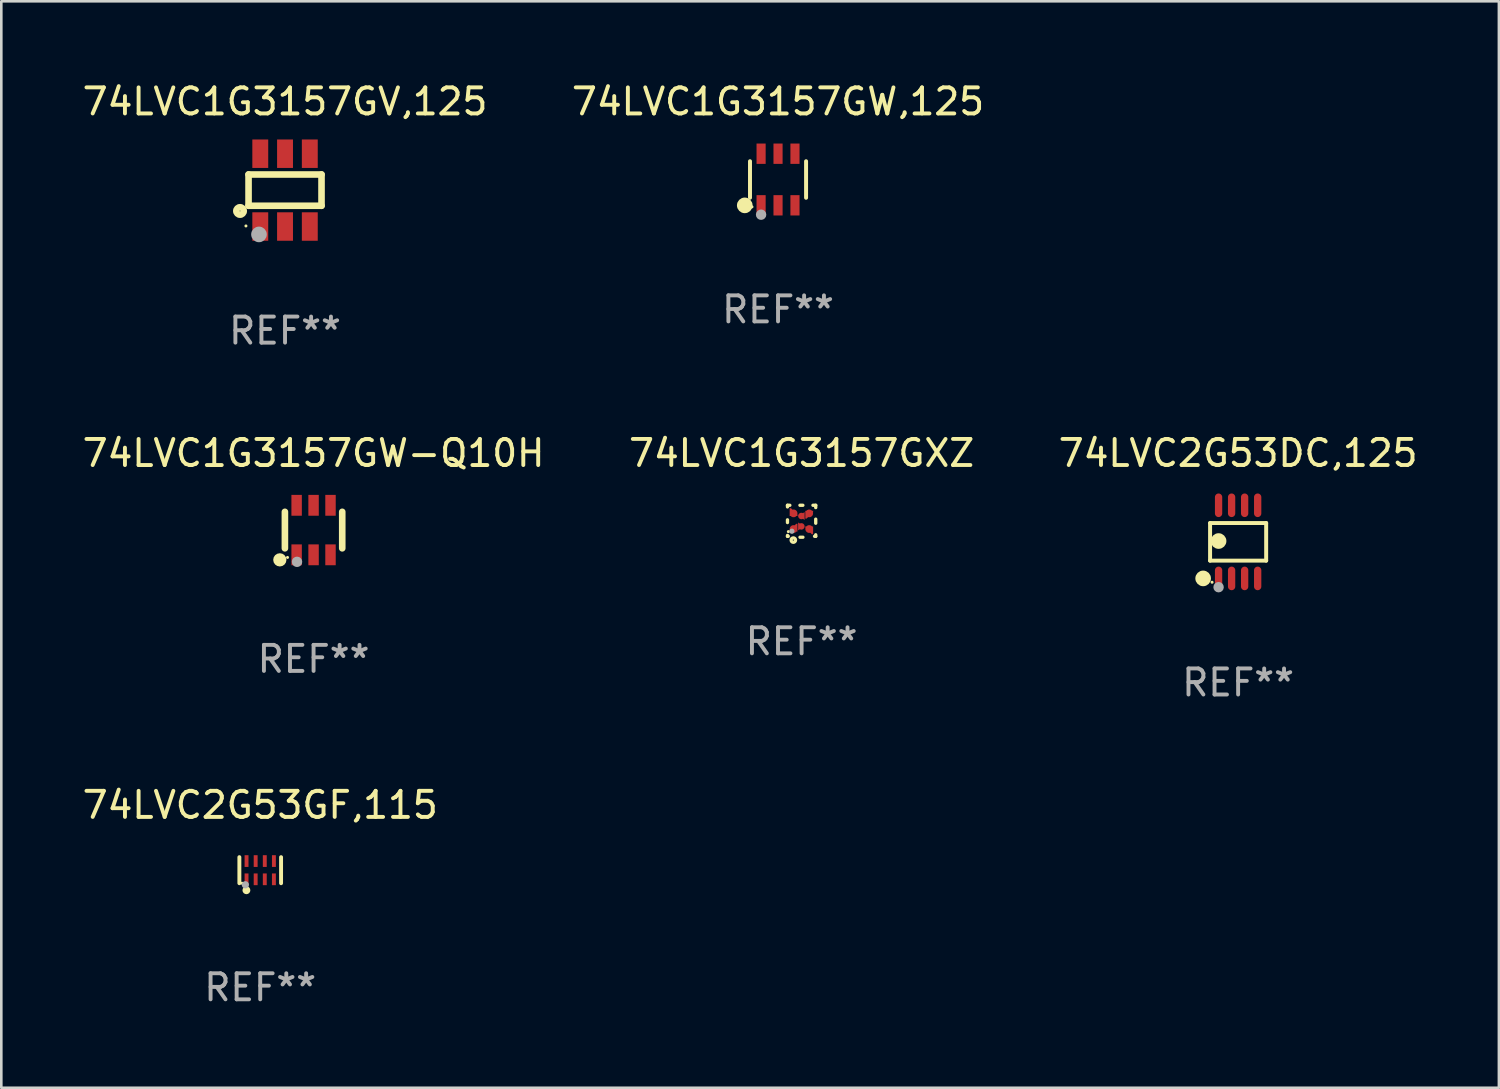
<source format=kicad_pcb>
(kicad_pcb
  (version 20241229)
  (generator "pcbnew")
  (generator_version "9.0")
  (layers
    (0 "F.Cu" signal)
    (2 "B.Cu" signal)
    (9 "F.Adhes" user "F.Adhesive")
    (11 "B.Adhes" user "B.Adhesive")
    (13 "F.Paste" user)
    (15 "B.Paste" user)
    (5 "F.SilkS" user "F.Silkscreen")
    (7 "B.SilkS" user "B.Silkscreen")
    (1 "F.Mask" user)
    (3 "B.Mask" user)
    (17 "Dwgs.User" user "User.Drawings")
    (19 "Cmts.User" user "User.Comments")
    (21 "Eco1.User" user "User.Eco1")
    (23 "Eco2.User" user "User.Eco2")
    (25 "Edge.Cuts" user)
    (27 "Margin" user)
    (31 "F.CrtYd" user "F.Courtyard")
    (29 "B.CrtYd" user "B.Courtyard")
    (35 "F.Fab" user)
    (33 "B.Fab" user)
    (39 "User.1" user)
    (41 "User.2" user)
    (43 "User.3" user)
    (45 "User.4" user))
  (footprint "74LVC1G3157GV,125"
    (layer "F.Cu")
    (at 7.887 4.245)
    (property "Reference" "74LVC1G3157GV,125" (at 0 -3.397 0) (layer "F.SilkS") (effects (font (size 1 1) (thickness 0.15))))
    (attr through_hole)
    (fp_line (start -1.4 -0.6) (end 1.4 -0.6) (stroke (width 0.254) (type solid)) (layer "F.SilkS"))
    (fp_line (start -1.4 0.6) (end -1.4 -0.6) (stroke (width 0.254) (type solid)) (layer "F.SilkS"))
    (fp_line (start -1.4 0.6) (end 1.4 0.6) (stroke (width 0.254) (type solid)) (layer "F.SilkS"))
    (fp_line (start 1.4 -0.6) (end 1.4 0.6) (stroke (width 0.254) (type solid)) (layer "F.SilkS"))
    (fp_circle (center -1.727 0.8) (end -1.585 0.8) (stroke (width 0.254) (type solid)) (fill no) (layer "F.SilkS"))
    (fp_circle (center -1.5 1.375) (end -1.47 1.375) (stroke (width 0.06) (type solid)) (fill no) (layer "F.SilkS"))
    (fp_circle (center -1 1.7) (end -0.85 1.7) (stroke (width 0.3) (type solid)) (fill no) (layer "F.Fab"))
    (fp_text user "REF**" (at 0 5.397 0) (layer "F.Fab") (effects (font (size 1 1) (thickness 0.15))))
    (pad "1" smd rect (at -0.95 1.397 180) (size 0.61 1.092) (layers "F.Cu" "F.Mask" "F.Paste"))
    (pad "2" smd rect (at 0 1.397 180) (size 0.61 1.092) (layers "F.Cu" "F.Mask" "F.Paste"))
    (pad "3" smd rect (at 0.95 1.397 180) (size 0.61 1.092) (layers "F.Cu" "F.Mask" "F.Paste"))
    (pad "4" smd rect (at 0.95 -1.397 180) (size 0.61 1.092) (layers "F.Cu" "F.Mask" "F.Paste"))
    (pad "5" smd rect (at 0 -1.397 180) (size 0.61 1.092) (layers "F.Cu" "F.Mask" "F.Paste"))
    (pad "6" smd rect (at -0.95 -1.397 180) (size 0.61 1.092) (layers "F.Cu" "F.Mask" "F.Paste")))
  (footprint "74LVC2G53GF,115"
    (layer "F.Cu")
    (at 6.935 30.34)
    (property "Reference" "74LVC2G53GF,115" (at 0 -2.5 0) (layer "F.SilkS") (effects (font (size 1 1) (thickness 0.15))))
    (attr through_hole)
    (fp_line (start -0.8 -0.5) (end -0.8 0.5) (stroke (width 0.15) (type solid)) (layer "F.SilkS"))
    (fp_line (start 0.8 -0.5) (end 0.8 0.5) (stroke (width 0.15) (type solid)) (layer "F.SilkS"))
    (fp_circle (center -0.7 0.5) (end -0.67 0.5) (stroke (width 0.06) (type solid)) (fill no) (layer "F.SilkS"))
    (fp_circle (center -0.53 0.77) (end -0.454 0.77) (stroke (width 0.15) (type solid)) (fill no) (layer "F.SilkS"))
    (fp_circle (center -0.57 0.56) (end -0.5 0.56) (stroke (width 0.14) (type solid)) (fill no) (layer "F.Fab"))
    (fp_text user "REF**" (at 0 4.5 0) (layer "F.Fab") (effects (font (size 1 1) (thickness 0.15))))
    (pad "1" smd rect (at -0.525 0.35) (size 0.15 0.45) (layers "F.Cu" "F.Mask" "F.Paste"))
    (pad "2" smd rect (at -0.175 0.35) (size 0.15 0.45) (layers "F.Cu" "F.Mask" "F.Paste"))
    (pad "3" smd rect (at 0.175 0.35) (size 0.15 0.45) (layers "F.Cu" "F.Mask" "F.Paste"))
    (pad "4" smd rect (at 0.525 0.35) (size 0.15 0.45) (layers "F.Cu" "F.Mask" "F.Paste"))
    (pad "5" smd rect (at 0.525 -0.35) (size 0.15 0.45) (layers "F.Cu" "F.Mask" "F.Paste"))
    (pad "6" smd rect (at 0.175 -0.35) (size 0.15 0.45) (layers "F.Cu" "F.Mask" "F.Paste"))
    (pad "7" smd rect (at -0.175 -0.35) (size 0.15 0.45) (layers "F.Cu" "F.Mask" "F.Paste"))
    (pad "8" smd rect (at -0.525 -0.35) (size 0.15 0.45) (layers "F.Cu" "F.Mask" "F.Paste")))
  (footprint "74LVC1G3157GW,125"
    (layer "F.Cu")
    (at 26.804 3.838)
    (property "Reference" "74LVC1G3157GW,125" (at 0 -2.99 0) (layer "F.SilkS") (effects (font (size 1 1) (thickness 0.15))))
    (attr through_hole)
    (fp_line (start -1.076 0.701) (end -1.076 -0.701) (stroke (width 0.152) (type solid)) (layer "F.SilkS"))
    (fp_line (start 1.076 0.701) (end 1.076 -0.701) (stroke (width 0.152) (type solid)) (layer "F.SilkS"))
    (fp_circle (center -1.277 0.992) (end -1.127 0.992) (stroke (width 0.3) (type solid)) (fill no) (layer "F.SilkS"))
    (fp_circle (center -1 1.05) (end -0.97 1.05) (stroke (width 0.06) (type solid)) (fill no) (layer "F.SilkS"))
    (fp_circle (center -0.65 1.35) (end -0.55 1.35) (stroke (width 0.2) (type solid)) (fill no) (layer "F.Fab"))
    (fp_text user "REF**" (at 0 4.99 0) (layer "F.Fab") (effects (font (size 1 1) (thickness 0.15))))
    (pad "1" smd rect (at -0.65 0.99) (size 0.35 0.78) (layers "F.Cu" "F.Mask" "F.Paste"))
    (pad "2" smd rect (at 0 0.99) (size 0.35 0.78) (layers "F.Cu" "F.Mask" "F.Paste"))
    (pad "3" smd rect (at 0.65 0.99) (size 0.35 0.78) (layers "F.Cu" "F.Mask" "F.Paste"))
    (pad "4" smd rect (at 0.65 -0.99) (size 0.35 0.78) (layers "F.Cu" "F.Mask" "F.Paste"))
    (pad "5" smd rect (at 0 -0.99) (size 0.35 0.78) (layers "F.Cu" "F.Mask" "F.Paste"))
    (pad "6" smd rect (at -0.65 -0.99) (size 0.35 0.78) (layers "F.Cu" "F.Mask" "F.Paste")))
  (footprint "74LVC2G53DC,125"
    (layer "F.Cu")
    (at 44.458 17.741)
    (property "Reference" "74LVC2G53DC,125" (at 0 -3.403 0) (layer "F.SilkS") (effects (font (size 1 1) (thickness 0.15))))
    (attr through_hole)
    (fp_line (start -1.076 -0.721) (end 1.076 -0.721) (stroke (width 0.152) (type solid)) (layer "F.SilkS"))
    (fp_line (start -1.076 0.721) (end -1.076 -0.721) (stroke (width 0.152) (type solid)) (layer "F.SilkS"))
    (fp_line (start 1.076 -0.721) (end 1.076 0.721) (stroke (width 0.152) (type solid)) (layer "F.SilkS"))
    (fp_line (start 1.076 0.721) (end -1.076 0.721) (stroke (width 0.152) (type solid)) (layer "F.SilkS"))
    (fp_circle (center -1.342 1.403) (end -1.192 1.403) (stroke (width 0.3) (type solid)) (fill no) (layer "F.SilkS"))
    (fp_circle (center -1 1.55) (end -0.97 1.55) (stroke (width 0.06) (type solid)) (fill no) (layer "F.SilkS"))
    (fp_circle (center -0.75 -0.031) (end -0.6 -0.031) (stroke (width 0.3) (type solid)) (fill no) (layer "F.SilkS"))
    (fp_circle (center -0.75 1.74) (end -0.65 1.74) (stroke (width 0.2) (type solid)) (fill no) (layer "F.Fab"))
    (fp_text user "REF**" (at 0 5.403 0) (layer "F.Fab") (effects (font (size 1 1) (thickness 0.15))))
    (pad "1" smd oval (at -0.75 1.403) (size 0.28 0.905) (layers "F.Cu" "F.Mask" "F.Paste"))
    (pad "2" smd oval (at -0.25 1.403) (size 0.28 0.905) (layers "F.Cu" "F.Mask" "F.Paste"))
    (pad "3" smd oval (at 0.25 1.403) (size 0.28 0.905) (layers "F.Cu" "F.Mask" "F.Paste"))
    (pad "4" smd oval (at 0.75 1.403) (size 0.28 0.905) (layers "F.Cu" "F.Mask" "F.Paste"))
    (pad "5" smd oval (at 0.75 -1.403) (size 0.28 0.905) (layers "F.Cu" "F.Mask" "F.Paste"))
    (pad "6" smd oval (at 0.25 -1.403) (size 0.28 0.905) (layers "F.Cu" "F.Mask" "F.Paste"))
    (pad "7" smd oval (at -0.25 -1.403) (size 0.28 0.905) (layers "F.Cu" "F.Mask" "F.Paste"))
    (pad "8" smd oval (at -0.75 -1.403) (size 0.28 0.905) (layers "F.Cu" "F.Mask" "F.Paste")))
  (footprint "74LVC1G3157GW-Q10H"
    (layer "F.Cu")
    (at 8.982 17.289)
    (property "Reference" "74LVC1G3157GW-Q10H" (at 0 -2.95 0) (layer "F.SilkS") (effects (font (size 1 1) (thickness 0.15))))
    (attr through_hole)
    (fp_line (start -1.1 -0.7) (end -1.1 0.7) (stroke (width 0.254) (type solid)) (layer "F.SilkS"))
    (fp_line (start 1.1 -0.7) (end 1.1 0.7) (stroke (width 0.254) (type solid)) (layer "F.SilkS"))
    (fp_circle (center -1.295 1.143) (end -1.168 1.143) (stroke (width 0.254) (type solid)) (fill no) (layer "F.SilkS"))
    (fp_circle (center -1 1.05) (end -0.97 1.05) (stroke (width 0.06) (type solid)) (fill no) (layer "F.SilkS"))
    (fp_circle (center -0.635 1.219) (end -0.535 1.219) (stroke (width 0.2) (type solid)) (fill no) (layer "F.Fab"))
    (fp_text user "REF**" (at 0 4.95 0) (layer "F.Fab") (effects (font (size 1 1) (thickness 0.15))))
    (pad "1" smd rect (at -0.65 0.95) (size 0.4 0.8) (layers "F.Cu" "F.Mask" "F.Paste"))
    (pad "2" smd rect (at 0 0.95) (size 0.4 0.8) (layers "F.Cu" "F.Mask" "F.Paste"))
    (pad "3" smd rect (at 0.65 0.95) (size 0.4 0.8) (layers "F.Cu" "F.Mask" "F.Paste"))
    (pad "4" smd rect (at 0.65 -0.95) (size 0.4 0.8) (layers "F.Cu" "F.Mask" "F.Paste"))
    (pad "5" smd rect (at 0 -0.95) (size 0.4 0.8) (layers "F.Cu" "F.Mask" "F.Paste"))
    (pad "6" smd rect (at -0.65 -0.95) (size 0.4 0.8) (layers "F.Cu" "F.Mask" "F.Paste")))
  (footprint "74LVC1G3157GXZ"
    (layer "F.Cu")
    (at 27.708 16.951)
    (property "Reference" "74LVC1G3157GXZ" (at 0 -2.613 0) (layer "F.SilkS") (effects (font (size 1 1) (thickness 0.15))))
    (attr through_hole)
    (fp_line (start -0.542 -0.613) (end -0.451 -0.613) (stroke (width 0.127) (type solid)) (layer "F.SilkS"))
    (fp_line (start -0.542 -0.55) (end -0.542 -0.613) (stroke (width 0.127) (type solid)) (layer "F.SilkS"))
    (fp_line (start -0.542 0.05) (end -0.542 -0.055) (stroke (width 0.127) (type solid)) (layer "F.SilkS"))
    (fp_line (start -0.542 0.577) (end -0.542 0.545) (stroke (width 0.127) (type solid)) (layer "F.SilkS"))
    (fp_line (start -0.512 0.577) (end -0.542 0.577) (stroke (width 0.127) (type solid)) (layer "F.SilkS"))
    (fp_line (start -0.064 -0.613) (end 0.049 -0.613) (stroke (width 0.127) (type solid)) (layer "F.SilkS"))
    (fp_line (start -0.062 0.613) (end 0.051 0.613) (stroke (width 0.127) (type solid)) (layer "F.SilkS"))
    (fp_line (start 0.436 -0.613) (end 0.542 -0.613) (stroke (width 0.127) (type solid)) (layer "F.SilkS"))
    (fp_line (start 0.542 -0.613) (end 0.542 -0.524) (stroke (width 0.127) (type solid)) (layer "F.SilkS"))
    (fp_line (start 0.542 -0.081) (end 0.542 0.076) (stroke (width 0.127) (type solid)) (layer "F.SilkS"))
    (fp_line (start 0.542 0.519) (end 0.542 0.577) (stroke (width 0.127) (type solid)) (layer "F.SilkS"))
    (fp_line (start 0.542 0.577) (end 0.497 0.577) (stroke (width 0.127) (type solid)) (layer "F.SilkS"))
    (fp_circle (center -0.508 0.397) (end -0.478 0.397) (stroke (width 0.06) (type solid)) (fill no) (layer "F.SilkS"))
    (fp_circle (center -0.317 0.723) (end -0.296 0.723) (stroke (width 0.127) (type solid)) (fill no) (layer "F.SilkS"))
    (fp_circle (center -0.373 0.382) (end -0.322 0.382) (stroke (width 0.1) (type solid)) (fill no) (layer "F.Fab"))
    (fp_text user "REF**" (at 0 4.613 0) (layer "F.Fab") (effects (font (size 1 1) (thickness 0.15))))
    (pad "1" smd custom (at -0.308 0.298 90) (size 0.3 0.3) (layers "F.Cu" "F.Mask" "F.Paste") (options (anchor circle)) (primitives (gr_poly (pts (xy -0.1 0.15) (xy 0.2 0.15) (xy 0.2 0.1) (xy -0.05 -0.15) (xy -0.1 -0.15)) (width 0) (fill yes))))
    (pad "2" smd custom (at -0.008 0.197 90) (size 0.25 0.3) (layers "F.Cu" "F.Mask" "F.Paste") (options (anchor circle)) (primitives (gr_poly (pts (xy -0.15 -0.125) (xy 0.15 -0.125) (xy 0.000076 0.125)) (width 0) (fill yes))))
    (pad "3" smd custom (at 0.292 0.298 90) (size 0.3 0.3) (layers "F.Cu" "F.Mask" "F.Paste") (options (anchor circle)) (primitives (gr_poly (pts (xy 0.1 0.15) (xy 0.1 -0.15) (xy 0.05 -0.15) (xy -0.2 0.1) (xy -0.2 0.15)) (width 0) (fill yes))))
    (pad "4" smd custom (at 0.292 -0.302 90) (size 0.3 0.3) (layers "F.Cu" "F.Mask" "F.Paste") (options (anchor circle)) (primitives (gr_poly (pts (xy 0.1 -0.15) (xy -0.2 -0.15) (xy -0.2 -0.1) (xy 0.05 0.15) (xy 0.1 0.15)) (width 0) (fill yes))))
    (pad "5" smd custom (at -0.008 -0.202 90) (size 0.25 0.3) (layers "F.Cu" "F.Mask" "F.Paste") (options (anchor circle)) (primitives (gr_poly (pts (xy -0.15 0.125) (xy 0.15 0.125) (xy 0.000051 -0.125)) (width 0) (fill yes))))
    (pad "6" smd custom (at -0.308 -0.302 90) (size 0.3 0.3) (layers "F.Cu" "F.Mask" "F.Paste") (options (anchor circle)) (primitives (gr_poly (pts (xy -0.1 -0.15) (xy 0.2 -0.15) (xy 0.2 -0.1) (xy -0.05 0.15) (xy -0.1 0.15)) (width 0) (fill yes)))))
  (gr_rect
    (start -3 -3)
    (end 54.464 38.689)
    (stroke (width 0.1) (type default))
    (fill no)
    (layer "Edge.Cuts")))
</source>
